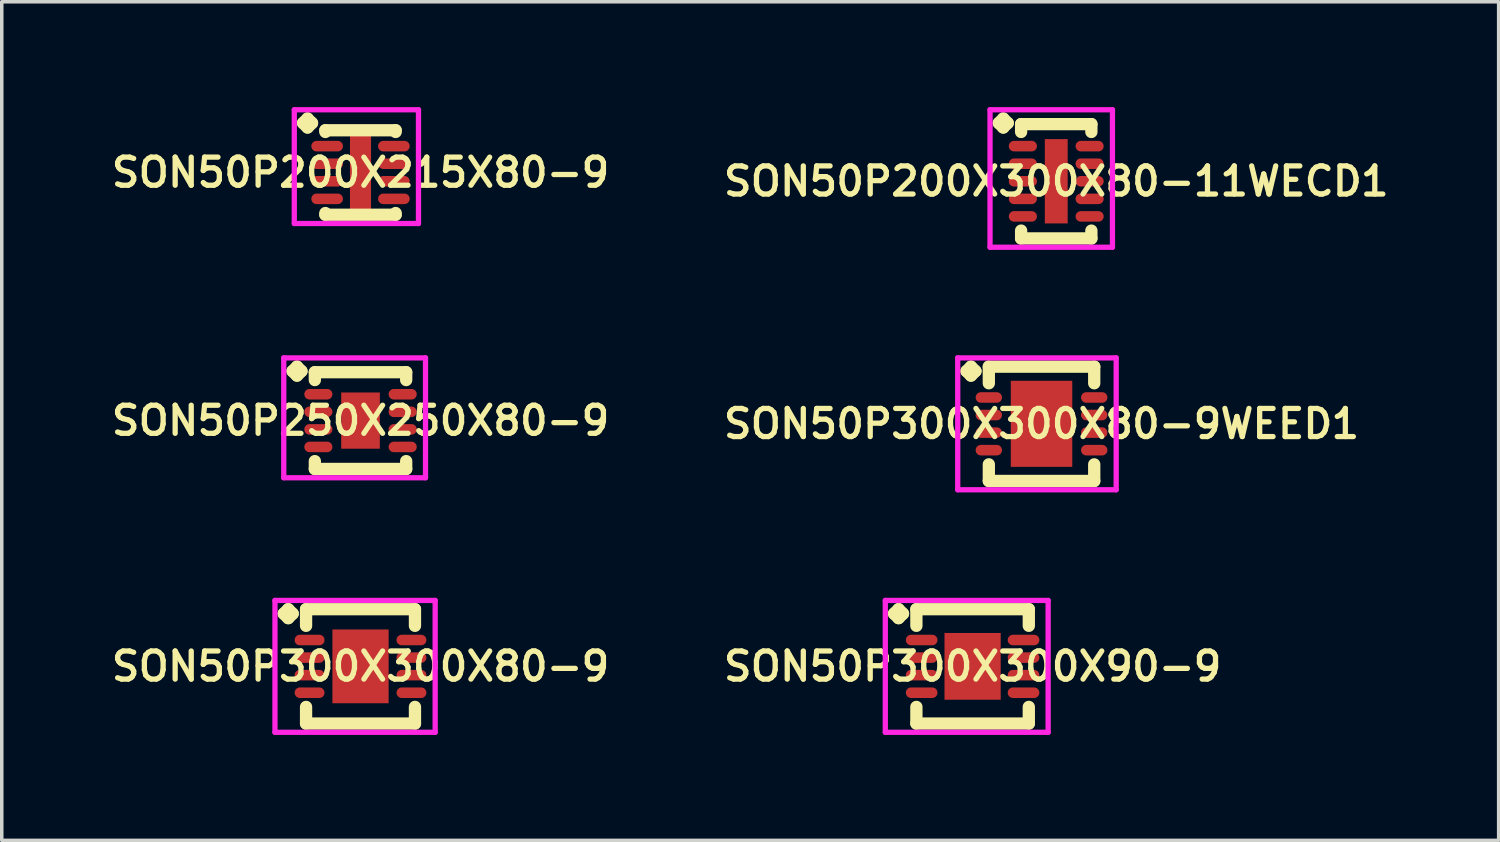
<source format=kicad_pcb>
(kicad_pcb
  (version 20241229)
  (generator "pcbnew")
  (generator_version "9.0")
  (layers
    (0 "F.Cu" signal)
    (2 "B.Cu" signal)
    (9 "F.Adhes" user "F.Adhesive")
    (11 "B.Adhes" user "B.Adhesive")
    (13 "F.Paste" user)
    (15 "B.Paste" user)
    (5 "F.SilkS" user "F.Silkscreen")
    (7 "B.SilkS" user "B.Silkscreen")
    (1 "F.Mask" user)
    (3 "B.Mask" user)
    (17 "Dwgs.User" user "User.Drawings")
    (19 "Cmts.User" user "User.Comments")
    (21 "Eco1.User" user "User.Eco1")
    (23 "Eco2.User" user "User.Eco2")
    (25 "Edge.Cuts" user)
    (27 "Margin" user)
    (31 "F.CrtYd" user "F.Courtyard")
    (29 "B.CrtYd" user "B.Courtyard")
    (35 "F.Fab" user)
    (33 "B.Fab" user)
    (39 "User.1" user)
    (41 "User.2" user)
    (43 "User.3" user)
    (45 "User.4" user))
  (footprint "SON50P300X300X90-9"
    (layer "F.Cu")
    (at 24.635 15.918)
    (property "Reference" "SON50P300X300X90-9" (at 0 0 0) (layer "F.SilkS") (effects (font (size 0.8 0.8) (thickness 0.15))))
    (attr smd)
    (fp_line (start -2.235 -1.5) (end -2.108 -1.627) (stroke (width 0.35) (type solid)) (layer "F.SilkS"))
    (fp_line (start -2.108 -1.627) (end -1.981 -1.5) (stroke (width 0.35) (type solid)) (layer "F.SilkS"))
    (fp_line (start -2.108 -1.373) (end -2.235 -1.5) (stroke (width 0.35) (type solid)) (layer "F.SilkS"))
    (fp_line (start -1.981 -1.5) (end -2.108 -1.373) (stroke (width 0.35) (type solid)) (layer "F.SilkS"))
    (fp_line (start -1.6 -1.627) (end 1.6 -1.627) (stroke (width 0.35) (type solid)) (layer "F.SilkS"))
    (fp_line (start -1.6 -1.154) (end -1.6 -1.627) (stroke (width 0.35) (type solid)) (layer "F.SilkS"))
    (fp_line (start -1.6 1.154) (end -1.6 1.627) (stroke (width 0.35) (type solid)) (layer "F.SilkS"))
    (fp_line (start -1.6 1.627) (end 1.6 1.627) (stroke (width 0.35) (type solid)) (layer "F.SilkS"))
    (fp_line (start 1.6 -1.627) (end 1.6 -1.154) (stroke (width 0.35) (type solid)) (layer "F.SilkS"))
    (fp_line (start 1.6 1.627) (end 1.6 1.154) (stroke (width 0.35) (type solid)) (layer "F.SilkS"))
    (fp_line (start -2.485 -1.877) (end 2.15 -1.877) (stroke (width 0.15) (type solid)) (layer "F.CrtYd"))
    (fp_line (start -2.485 1.877) (end -2.485 -1.877) (stroke (width 0.15) (type solid)) (layer "F.CrtYd"))
    (fp_line (start 2.15 -1.877) (end 2.15 1.877) (stroke (width 0.15) (type solid)) (layer "F.CrtYd"))
    (fp_line (start 2.15 1.877) (end -2.485 1.877) (stroke (width 0.15) (type solid)) (layer "F.CrtYd"))
    (pad "1" smd oval (at -1.45 -0.75) (size 0.9 0.3) (layers "F.Cu" "F.Mask" "F.Paste"))
    (pad "2" smd oval (at -1.45 -0.25) (size 0.9 0.3) (layers "F.Cu" "F.Mask" "F.Paste"))
    (pad "3" smd oval (at -1.45 0.25) (size 0.9 0.3) (layers "F.Cu" "F.Mask" "F.Paste"))
    (pad "4" smd oval (at -1.45 0.75) (size 0.9 0.3) (layers "F.Cu" "F.Mask" "F.Paste"))
    (pad "5" smd oval (at 1.45 0.75) (size 0.9 0.3) (layers "F.Cu" "F.Mask" "F.Paste"))
    (pad "6" smd oval (at 1.45 0.25) (size 0.9 0.3) (layers "F.Cu" "F.Mask" "F.Paste"))
    (pad "7" smd oval (at 1.45 -0.25) (size 0.9 0.3) (layers "F.Cu" "F.Mask" "F.Paste"))
    (pad "8" smd oval (at 1.45 -0.75) (size 0.9 0.3) (layers "F.Cu" "F.Mask" "F.Paste"))
    (pad "9" smd rect (at 0 0) (size 1.6 1.9) (layers "F.Cu" "F.Mask" "F.Paste")))
  (footprint "SON50P300X300X80-9WEED1"
    (layer "F.Cu")
    (at 26.597 9.014)
    (property "Reference" "SON50P300X300X80-9WEED1" (at 0 0 0) (layer "F.SilkS") (effects (font (size 0.8 0.8) (thickness 0.15))))
    (attr smd)
    (fp_line (start -2.135 -1.5) (end -2.008 -1.627) (stroke (width 0.35) (type solid)) (layer "F.SilkS"))
    (fp_line (start -2.008 -1.627) (end -1.881 -1.5) (stroke (width 0.35) (type solid)) (layer "F.SilkS"))
    (fp_line (start -2.008 -1.373) (end -2.135 -1.5) (stroke (width 0.35) (type solid)) (layer "F.SilkS"))
    (fp_line (start -1.881 -1.5) (end -2.008 -1.373) (stroke (width 0.35) (type solid)) (layer "F.SilkS"))
    (fp_line (start -1.5 -1.627) (end 1.5 -1.627) (stroke (width 0.35) (type solid)) (layer "F.SilkS"))
    (fp_line (start -1.5 -1.154) (end -1.5 -1.627) (stroke (width 0.35) (type solid)) (layer "F.SilkS"))
    (fp_line (start -1.5 1.154) (end -1.5 1.627) (stroke (width 0.35) (type solid)) (layer "F.SilkS"))
    (fp_line (start -1.5 1.627) (end 1.5 1.627) (stroke (width 0.35) (type solid)) (layer "F.SilkS"))
    (fp_line (start 1.5 -1.627) (end 1.5 -1.154) (stroke (width 0.35) (type solid)) (layer "F.SilkS"))
    (fp_line (start 1.5 1.627) (end 1.5 1.154) (stroke (width 0.35) (type solid)) (layer "F.SilkS"))
    (fp_line (start -2.385 -1.877) (end 2.125 -1.877) (stroke (width 0.15) (type solid)) (layer "F.CrtYd"))
    (fp_line (start -2.385 1.877) (end -2.385 -1.877) (stroke (width 0.15) (type solid)) (layer "F.CrtYd"))
    (fp_line (start 2.125 -1.877) (end 2.125 1.877) (stroke (width 0.15) (type solid)) (layer "F.CrtYd"))
    (fp_line (start 2.125 1.877) (end -2.385 1.877) (stroke (width 0.15) (type solid)) (layer "F.CrtYd"))
    (pad "1" smd oval (at -1.5 -0.75) (size 0.75 0.3) (layers "F.Cu" "F.Mask" "F.Paste"))
    (pad "2" smd oval (at -1.5 -0.25) (size 0.75 0.3) (layers "F.Cu" "F.Mask" "F.Paste"))
    (pad "3" smd oval (at -1.5 0.25) (size 0.75 0.3) (layers "F.Cu" "F.Mask" "F.Paste"))
    (pad "4" smd oval (at -1.5 0.75) (size 0.75 0.3) (layers "F.Cu" "F.Mask" "F.Paste"))
    (pad "5" smd oval (at 1.5 0.75) (size 0.75 0.3) (layers "F.Cu" "F.Mask" "F.Paste"))
    (pad "6" smd oval (at 1.5 0.25) (size 0.75 0.3) (layers "F.Cu" "F.Mask" "F.Paste"))
    (pad "7" smd oval (at 1.5 -0.25) (size 0.75 0.3) (layers "F.Cu" "F.Mask" "F.Paste"))
    (pad "8" smd oval (at 1.5 -0.75) (size 0.75 0.3) (layers "F.Cu" "F.Mask" "F.Paste"))
    (pad "9" smd rect (at 0 0) (size 1.75 2.45) (layers "F.Cu" "F.Mask" "F.Paste")))
  (footprint "SON50P200X215X80-9"
    (layer "F.Cu")
    (at 7.212 1.86)
    (property "Reference" "SON50P200X215X80-9" (at 0 0 0) (layer "F.SilkS") (effects (font (size 0.8 0.8) (thickness 0.15))))
    (attr smd)
    (fp_line (start -1.635 -1.408) (end -1.508 -1.535) (stroke (width 0.35) (type solid)) (layer "F.SilkS"))
    (fp_line (start -1.508 -1.535) (end -1.381 -1.408) (stroke (width 0.35) (type solid)) (layer "F.SilkS"))
    (fp_line (start -1.508 -1.281) (end -1.635 -1.408) (stroke (width 0.35) (type solid)) (layer "F.SilkS"))
    (fp_line (start -1.381 -1.408) (end -1.508 -1.281) (stroke (width 0.35) (type solid)) (layer "F.SilkS"))
    (fp_line (start -1 -1.202) (end 1 -1.202) (stroke (width 0.35) (type solid)) (layer "F.SilkS"))
    (fp_line (start -1 -1.154) (end -1 -1.202) (stroke (width 0.35) (type solid)) (layer "F.SilkS"))
    (fp_line (start -1 1.154) (end -1 1.202) (stroke (width 0.35) (type solid)) (layer "F.SilkS"))
    (fp_line (start -1 1.202) (end 1 1.202) (stroke (width 0.35) (type solid)) (layer "F.SilkS"))
    (fp_line (start 1 -1.202) (end 1 -1.154) (stroke (width 0.35) (type solid)) (layer "F.SilkS"))
    (fp_line (start 1 1.202) (end 1 1.154) (stroke (width 0.35) (type solid)) (layer "F.SilkS"))
    (fp_line (start -1.885 -1.785) (end 1.65 -1.785) (stroke (width 0.15) (type solid)) (layer "F.CrtYd"))
    (fp_line (start -1.885 1.452) (end -1.885 -1.785) (stroke (width 0.15) (type solid)) (layer "F.CrtYd"))
    (fp_line (start 1.65 -1.785) (end 1.65 1.452) (stroke (width 0.15) (type solid)) (layer "F.CrtYd"))
    (fp_line (start 1.65 1.452) (end -1.885 1.452) (stroke (width 0.15) (type solid)) (layer "F.CrtYd"))
    (pad "1" smd oval (at -0.95 -0.75) (size 0.9 0.3) (layers "F.Cu" "F.Mask" "F.Paste"))
    (pad "2" smd oval (at -0.95 -0.25) (size 0.9 0.3) (layers "F.Cu" "F.Mask" "F.Paste"))
    (pad "3" smd oval (at -0.95 0.25) (size 0.9 0.3) (layers "F.Cu" "F.Mask" "F.Paste"))
    (pad "4" smd oval (at -0.95 0.75) (size 0.9 0.3) (layers "F.Cu" "F.Mask" "F.Paste"))
    (pad "5" smd oval (at 0.95 0.75) (size 0.9 0.3) (layers "F.Cu" "F.Mask" "F.Paste"))
    (pad "6" smd oval (at 0.95 0.25) (size 0.9 0.3) (layers "F.Cu" "F.Mask" "F.Paste"))
    (pad "7" smd oval (at 0.95 -0.25) (size 0.9 0.3) (layers "F.Cu" "F.Mask" "F.Paste"))
    (pad "8" smd oval (at 0.95 -0.75) (size 0.9 0.3) (layers "F.Cu" "F.Mask" "F.Paste"))
    (pad "9" smd rect (at 0 0) (size 0.6 2.2) (layers "F.Cu" "F.Mask" "F.Paste")))
  (footprint "SON50P250X250X80-9"
    (layer "F.Cu")
    (at 7.212 8.922)
    (property "Reference" "SON50P250X250X80-9" (at 0 0 0) (layer "F.SilkS") (effects (font (size 0.8 0.8) (thickness 0.15))))
    (attr smd)
    (fp_line (start -1.935 -1.408) (end -1.808 -1.535) (stroke (width 0.35) (type solid)) (layer "F.SilkS"))
    (fp_line (start -1.808 -1.535) (end -1.681 -1.408) (stroke (width 0.35) (type solid)) (layer "F.SilkS"))
    (fp_line (start -1.808 -1.281) (end -1.935 -1.408) (stroke (width 0.35) (type solid)) (layer "F.SilkS"))
    (fp_line (start -1.681 -1.408) (end -1.808 -1.281) (stroke (width 0.35) (type solid)) (layer "F.SilkS"))
    (fp_line (start -1.3 -1.377) (end 1.3 -1.377) (stroke (width 0.35) (type solid)) (layer "F.SilkS"))
    (fp_line (start -1.3 -1.154) (end -1.3 -1.377) (stroke (width 0.35) (type solid)) (layer "F.SilkS"))
    (fp_line (start -1.3 1.154) (end -1.3 1.377) (stroke (width 0.35) (type solid)) (layer "F.SilkS"))
    (fp_line (start -1.3 1.377) (end 1.3 1.377) (stroke (width 0.35) (type solid)) (layer "F.SilkS"))
    (fp_line (start 1.3 -1.377) (end 1.3 -1.154) (stroke (width 0.35) (type solid)) (layer "F.SilkS"))
    (fp_line (start 1.3 1.377) (end 1.3 1.154) (stroke (width 0.35) (type solid)) (layer "F.SilkS"))
    (fp_line (start -2.185 -1.785) (end 1.85 -1.785) (stroke (width 0.15) (type solid)) (layer "F.CrtYd"))
    (fp_line (start -2.185 1.627) (end -2.185 -1.785) (stroke (width 0.15) (type solid)) (layer "F.CrtYd"))
    (fp_line (start 1.85 -1.785) (end 1.85 1.627) (stroke (width 0.15) (type solid)) (layer "F.CrtYd"))
    (fp_line (start 1.85 1.627) (end -2.185 1.627) (stroke (width 0.15) (type solid)) (layer "F.CrtYd"))
    (pad "1" smd oval (at -1.2 -0.75) (size 0.8 0.3) (layers "F.Cu" "F.Mask" "F.Paste"))
    (pad "2" smd oval (at -1.2 -0.25) (size 0.8 0.3) (layers "F.Cu" "F.Mask" "F.Paste"))
    (pad "3" smd oval (at -1.2 0.25) (size 0.8 0.3) (layers "F.Cu" "F.Mask" "F.Paste"))
    (pad "4" smd oval (at -1.2 0.75) (size 0.8 0.3) (layers "F.Cu" "F.Mask" "F.Paste"))
    (pad "5" smd oval (at 1.2 0.75) (size 0.8 0.3) (layers "F.Cu" "F.Mask" "F.Paste"))
    (pad "6" smd oval (at 1.2 0.25) (size 0.8 0.3) (layers "F.Cu" "F.Mask" "F.Paste"))
    (pad "7" smd oval (at 1.2 -0.25) (size 0.8 0.3) (layers "F.Cu" "F.Mask" "F.Paste"))
    (pad "8" smd oval (at 1.2 -0.75) (size 0.8 0.3) (layers "F.Cu" "F.Mask" "F.Paste"))
    (pad "9" smd rect (at 0 0) (size 1.1 1.6) (layers "F.Cu" "F.Mask" "F.Paste")))
  (footprint "SON50P300X300X80-9"
    (layer "F.Cu")
    (at 7.212 15.918)
    (property "Reference" "SON50P300X300X80-9" (at 0 0 0) (layer "F.SilkS") (effects (font (size 0.8 0.8) (thickness 0.15))))
    (attr smd)
    (fp_line (start -2.185 -1.5) (end -2.058 -1.627) (stroke (width 0.35) (type solid)) (layer "F.SilkS"))
    (fp_line (start -2.058 -1.627) (end -1.931 -1.5) (stroke (width 0.35) (type solid)) (layer "F.SilkS"))
    (fp_line (start -2.058 -1.373) (end -2.185 -1.5) (stroke (width 0.35) (type solid)) (layer "F.SilkS"))
    (fp_line (start -1.931 -1.5) (end -2.058 -1.373) (stroke (width 0.35) (type solid)) (layer "F.SilkS"))
    (fp_line (start -1.55 -1.627) (end 1.55 -1.627) (stroke (width 0.35) (type solid)) (layer "F.SilkS"))
    (fp_line (start -1.55 -1.154) (end -1.55 -1.627) (stroke (width 0.35) (type solid)) (layer "F.SilkS"))
    (fp_line (start -1.55 1.154) (end -1.55 1.627) (stroke (width 0.35) (type solid)) (layer "F.SilkS"))
    (fp_line (start -1.55 1.627) (end 1.55 1.627) (stroke (width 0.35) (type solid)) (layer "F.SilkS"))
    (fp_line (start 1.55 -1.627) (end 1.55 -1.154) (stroke (width 0.35) (type solid)) (layer "F.SilkS"))
    (fp_line (start 1.55 1.627) (end 1.55 1.154) (stroke (width 0.35) (type solid)) (layer "F.SilkS"))
    (fp_line (start -2.435 -1.877) (end 2.125 -1.877) (stroke (width 0.15) (type solid)) (layer "F.CrtYd"))
    (fp_line (start -2.435 1.877) (end -2.435 -1.877) (stroke (width 0.15) (type solid)) (layer "F.CrtYd"))
    (fp_line (start 2.125 -1.877) (end 2.125 1.877) (stroke (width 0.15) (type solid)) (layer "F.CrtYd"))
    (fp_line (start 2.125 1.877) (end -2.435 1.877) (stroke (width 0.15) (type solid)) (layer "F.CrtYd"))
    (pad "1" smd oval (at -1.45 -0.75) (size 0.85 0.3) (layers "F.Cu" "F.Mask" "F.Paste"))
    (pad "2" smd oval (at -1.45 -0.25) (size 0.85 0.3) (layers "F.Cu" "F.Mask" "F.Paste"))
    (pad "3" smd oval (at -1.45 0.25) (size 0.85 0.3) (layers "F.Cu" "F.Mask" "F.Paste"))
    (pad "4" smd oval (at -1.45 0.75) (size 0.85 0.3) (layers "F.Cu" "F.Mask" "F.Paste"))
    (pad "5" smd oval (at 1.45 0.75) (size 0.85 0.3) (layers "F.Cu" "F.Mask" "F.Paste"))
    (pad "6" smd oval (at 1.45 0.25) (size 0.85 0.3) (layers "F.Cu" "F.Mask" "F.Paste"))
    (pad "7" smd oval (at 1.45 -0.25) (size 0.85 0.3) (layers "F.Cu" "F.Mask" "F.Paste"))
    (pad "8" smd oval (at 1.45 -0.75) (size 0.85 0.3) (layers "F.Cu" "F.Mask" "F.Paste"))
    (pad "9" smd rect (at 0 0) (size 1.6 2.1) (layers "F.Cu" "F.Mask" "F.Paste")))
  (footprint "SON50P200X300X80-11WECD1"
    (layer "F.Cu")
    (at 27.016 2.11)
    (property "Reference" "SON50P200X300X80-11WECD1" (at 0 0 0) (layer "F.SilkS") (effects (font (size 0.8 0.8) (thickness 0.15))))
    (attr smd)
    (fp_line (start -1.635 -1.658) (end -1.508 -1.785) (stroke (width 0.35) (type solid)) (layer "F.SilkS"))
    (fp_line (start -1.508 -1.785) (end -1.381 -1.658) (stroke (width 0.35) (type solid)) (layer "F.SilkS"))
    (fp_line (start -1.508 -1.531) (end -1.635 -1.658) (stroke (width 0.35) (type solid)) (layer "F.SilkS"))
    (fp_line (start -1.381 -1.658) (end -1.508 -1.531) (stroke (width 0.35) (type solid)) (layer "F.SilkS"))
    (fp_line (start -1 -1.627) (end 1 -1.627) (stroke (width 0.35) (type solid)) (layer "F.SilkS"))
    (fp_line (start -1 -1.404) (end -1 -1.627) (stroke (width 0.35) (type solid)) (layer "F.SilkS"))
    (fp_line (start -1 1.404) (end -1 1.627) (stroke (width 0.35) (type solid)) (layer "F.SilkS"))
    (fp_line (start -1 1.627) (end 1 1.627) (stroke (width 0.35) (type solid)) (layer "F.SilkS"))
    (fp_line (start 1 -1.627) (end 1 -1.404) (stroke (width 0.35) (type solid)) (layer "F.SilkS"))
    (fp_line (start 1 1.627) (end 1 1.404) (stroke (width 0.35) (type solid)) (layer "F.SilkS"))
    (fp_line (start -1.885 -2.035) (end 1.6 -2.035) (stroke (width 0.15) (type solid)) (layer "F.CrtYd"))
    (fp_line (start -1.885 1.877) (end -1.885 -2.035) (stroke (width 0.15) (type solid)) (layer "F.CrtYd"))
    (fp_line (start 1.6 -2.035) (end 1.6 1.877) (stroke (width 0.15) (type solid)) (layer "F.CrtYd"))
    (fp_line (start 1.6 1.877) (end -1.885 1.877) (stroke (width 0.15) (type solid)) (layer "F.CrtYd"))
    (pad "1" smd oval (at -0.95 -1) (size 0.8 0.3) (layers "F.Cu" "F.Mask" "F.Paste"))
    (pad "2" smd oval (at -0.95 -0.5) (size 0.8 0.3) (layers "F.Cu" "F.Mask" "F.Paste"))
    (pad "3" smd oval (at -0.95 0) (size 0.8 0.3) (layers "F.Cu" "F.Mask" "F.Paste"))
    (pad "4" smd oval (at -0.95 0.5) (size 0.8 0.3) (layers "F.Cu" "F.Mask" "F.Paste"))
    (pad "5" smd oval (at -0.95 1) (size 0.8 0.3) (layers "F.Cu" "F.Mask" "F.Paste"))
    (pad "6" smd oval (at 0.95 1) (size 0.8 0.3) (layers "F.Cu" "F.Mask" "F.Paste"))
    (pad "7" smd oval (at 0.95 0.5) (size 0.8 0.3) (layers "F.Cu" "F.Mask" "F.Paste"))
    (pad "8" smd oval (at 0.95 0) (size 0.8 0.3) (layers "F.Cu" "F.Mask" "F.Paste"))
    (pad "9" smd oval (at 0.95 -0.5) (size 0.8 0.3) (layers "F.Cu" "F.Mask" "F.Paste"))
    (pad "10" smd oval (at 0.95 -1) (size 0.8 0.3) (layers "F.Cu" "F.Mask" "F.Paste"))
    (pad "11" smd rect (at 0 0) (size 0.65 2.4) (layers "F.Cu" "F.Mask" "F.Paste")))
  (gr_rect
    (start -3 -3)
    (end 39.609 20.87)
    (stroke (width 0.1) (type default))
    (fill no)
    (layer "Edge.Cuts")))
</source>
